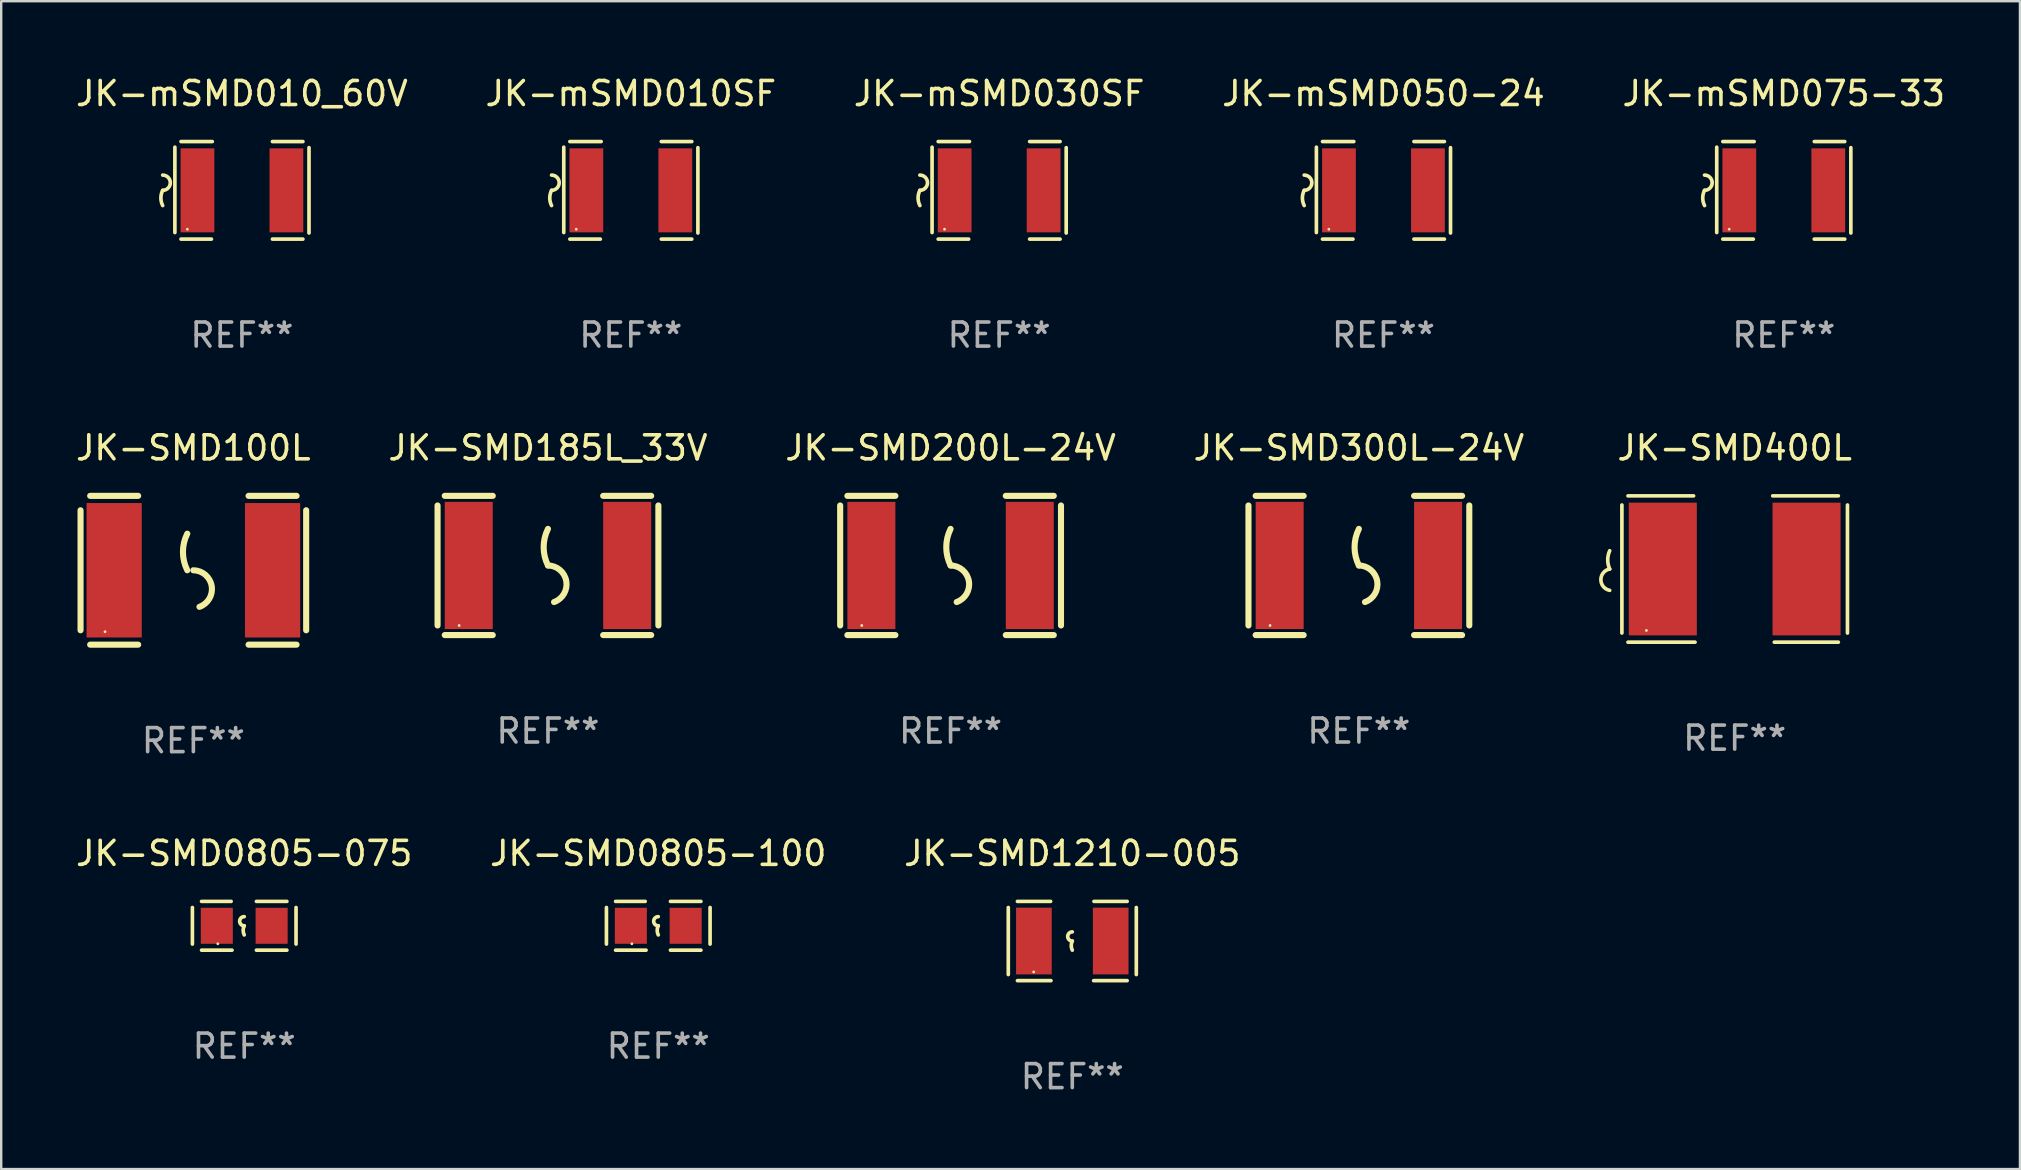
<source format=kicad_pcb>
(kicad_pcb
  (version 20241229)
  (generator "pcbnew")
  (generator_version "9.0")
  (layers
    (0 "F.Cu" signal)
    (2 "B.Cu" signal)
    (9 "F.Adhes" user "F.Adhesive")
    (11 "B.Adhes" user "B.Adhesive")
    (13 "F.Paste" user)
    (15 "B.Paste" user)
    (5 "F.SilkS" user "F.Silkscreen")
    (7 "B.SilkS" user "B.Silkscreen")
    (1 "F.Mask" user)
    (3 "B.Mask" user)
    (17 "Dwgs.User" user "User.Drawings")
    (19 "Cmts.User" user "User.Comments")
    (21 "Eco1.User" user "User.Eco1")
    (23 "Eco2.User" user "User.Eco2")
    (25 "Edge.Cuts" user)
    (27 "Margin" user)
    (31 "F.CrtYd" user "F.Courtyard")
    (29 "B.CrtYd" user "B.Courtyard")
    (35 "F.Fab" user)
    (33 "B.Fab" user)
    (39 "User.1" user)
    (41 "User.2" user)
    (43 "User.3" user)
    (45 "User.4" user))
  (footprint "JK-SMD0805-075"
    (layer "F.Cu")
    (at 7.125 35.521)
    (property "Reference" "JK-SMD0805-075" (at 0 -3.016 0) (layer "F.SilkS") (effects (font (size 1 1) (thickness 0.15))))
    (attr through_hole)
    (fp_line (start -2.159 -0.762) (end -2.159 0.762) (stroke (width 0.152) (type solid)) (layer "F.SilkS"))
    (fp_line (start -1.778 -1.016) (end -0.545 -1.016) (stroke (width 0.152) (type solid)) (layer "F.SilkS"))
    (fp_line (start -0.508 1.016) (end -1.778 1.016) (stroke (width 0.152) (type solid)) (layer "F.SilkS"))
    (fp_line (start 0.508 1.016) (end 1.778 1.016) (stroke (width 0.152) (type solid)) (layer "F.SilkS"))
    (fp_line (start 1.778 -1.016) (end 0.508 -1.016) (stroke (width 0.152) (type solid)) (layer "F.SilkS"))
    (fp_line (start 2.159 -0.762) (end 2.159 0.762) (stroke (width 0.152) (type solid)) (layer "F.SilkS"))
    (fp_arc (start 0 0) (mid -0.1905 -0.1905) (end 0 -0.381) (stroke (width 0.151994) (type solid)) (layer "F.SilkS"))
    (fp_arc (start 0 0.381001) (mid -0.044971 0.1905) (end 0 0) (stroke (width 0.151994) (type solid)) (layer "F.SilkS"))
    (fp_circle (center -1.1 0.75) (end -1.07 0.75) (stroke (width 0.06) (type solid)) (fill no) (layer "F.SilkS"))
    (fp_text user "REF**" (at 0 5.016 0) (layer "F.Fab") (effects (font (size 1 1) (thickness 0.15))))
    (pad "1" smd rect (at -1.142 0) (size 1.335 1.5) (layers "F.Cu" "F.Mask" "F.Paste"))
    (pad "2" smd rect (at 1.142 0) (size 1.335 1.5) (layers "F.Cu" "F.Mask" "F.Paste")))
  (footprint "JK-SMD200L-24V"
    (layer "F.Cu")
    (at 36.554 20.509)
    (property "Reference" "JK-SMD200L-24V" (at 0 -4.9 0) (layer "F.SilkS") (effects (font (size 1 1) (thickness 0.15))))
    (attr through_hole)
    (fp_line (start -4.6 -2.5) (end -4.6 2.5) (stroke (width 0.254) (type solid)) (layer "F.SilkS"))
    (fp_line (start -4.3 -2.9) (end -2.3 -2.9) (stroke (width 0.254) (type solid)) (layer "F.SilkS"))
    (fp_line (start -4.3 2.9) (end -2.3 2.9) (stroke (width 0.254) (type solid)) (layer "F.SilkS"))
    (fp_line (start 2.3 -2.9) (end 4.3 -2.9) (stroke (width 0.254) (type solid)) (layer "F.SilkS"))
    (fp_line (start 2.3 2.9) (end 4.3 2.9) (stroke (width 0.254) (type solid)) (layer "F.SilkS"))
    (fp_line (start 4.6 -2.5) (end 4.6 2.5) (stroke (width 0.254) (type solid)) (layer "F.SilkS"))
    (fp_arc (start 0 0) (mid -0.179884 -0.762002) (end 0 -1.524003) (stroke (width 0.254001) (type solid)) (layer "F.SilkS"))
    (fp_arc (start 0 0) (mid 0.763086 0.655987) (end 0.254001 1.524003) (stroke (width 0.254001) (type solid)) (layer "F.SilkS"))
    (fp_circle (center -3.7 2.5) (end -3.67 2.5) (stroke (width 0.06) (type solid)) (fill no) (layer "F.SilkS"))
    (fp_text user "REF**" (at 0 6.9 0) (layer "F.Fab") (effects (font (size 1 1) (thickness 0.15))))
    (pad "1" smd rect (at -3.3 0) (size 2 5.3) (layers "F.Cu" "F.Mask" "F.Paste"))
    (pad "2" smd rect (at 3.3 0) (size 2 5.3) (layers "F.Cu" "F.Mask" "F.Paste")))
  (footprint "JK-SMD100L"
    (layer "F.Cu")
    (at 5.006 20.709)
    (property "Reference" "JK-SMD100L" (at 0 -5.1 0) (layer "F.SilkS") (effects (font (size 1 1) (thickness 0.15))))
    (attr through_hole)
    (fp_line (start -4.7 -2.5) (end -4.7 2.5) (stroke (width 0.254) (type solid)) (layer "F.SilkS"))
    (fp_line (start -4.3 -3.1) (end -2.3 -3.1) (stroke (width 0.254) (type solid)) (layer "F.SilkS"))
    (fp_line (start -4.3 3.1) (end -2.3 3.1) (stroke (width 0.254) (type solid)) (layer "F.SilkS"))
    (fp_line (start 2.3 -3.1) (end 4.3 -3.1) (stroke (width 0.254) (type solid)) (layer "F.SilkS"))
    (fp_line (start 2.3 3.1) (end 4.3 3.1) (stroke (width 0.254) (type solid)) (layer "F.SilkS"))
    (fp_line (start 4.7 -2.5) (end 4.7 2.5) (stroke (width 0.254) (type solid)) (layer "F.SilkS"))
    (fp_arc (start -0.254 0.000001) (mid -0.433885 -0.762001) (end -0.254001 -1.524003) (stroke (width 0.254001) (type solid)) (layer "F.SilkS"))
    (fp_arc (start 0 0) (mid 0.763086 0.655987) (end 0.254001 1.524003) (stroke (width 0.254001) (type solid)) (layer "F.SilkS"))
    (fp_circle (center -3.68 2.56) (end -3.65 2.56) (stroke (width 0.06) (type solid)) (fill no) (layer "F.SilkS"))
    (fp_text user "REF**" (at 0 7.1 0) (layer "F.Fab") (effects (font (size 1 1) (thickness 0.15))))
    (pad "1" smd rect (at -3.3 0) (size 2.3 5.6) (layers "F.Cu" "F.Mask" "F.Paste"))
    (pad "2" smd rect (at 3.3 0) (size 2.3 5.6) (layers "F.Cu" "F.Mask" "F.Paste")))
  (footprint "JK-mSMD050-24"
    (layer "F.Cu")
    (at 54.589 4.88)
    (property "Reference" "JK-mSMD050-24" (at 0 -4.032 0) (layer "F.SilkS") (effects (font (size 1 1) (thickness 0.15))))
    (attr through_hole)
    (fp_line (start -2.794 -1.798) (end -2.794 1.758) (stroke (width 0.152) (type solid)) (layer "F.SilkS"))
    (fp_line (start -2.54 -2.032) (end -1.235 -2.032) (stroke (width 0.152) (type solid)) (layer "F.SilkS"))
    (fp_line (start -1.27 2.032) (end -2.54 2.032) (stroke (width 0.152) (type solid)) (layer "F.SilkS"))
    (fp_line (start 1.27 2.032) (end 2.54 2.032) (stroke (width 0.152) (type solid)) (layer "F.SilkS"))
    (fp_line (start 2.54 -2.032) (end 1.27 -2.032) (stroke (width 0.152) (type solid)) (layer "F.SilkS"))
    (fp_line (start 2.794 -1.778) (end 2.794 1.778) (stroke (width 0.152) (type solid)) (layer "F.SilkS"))
    (fp_arc (start -3.302007 -0.635002) (mid -2.984506 -0.317501) (end -3.302007 0) (stroke (width 0.151994) (type solid)) (layer "F.SilkS"))
    (fp_arc (start -3.302007 0.635002) (mid -3.376959 0.317501) (end -3.302007 0) (stroke (width 0.151994) (type solid)) (layer "F.SilkS"))
    (fp_circle (center -2.275 1.62) (end -2.245 1.62) (stroke (width 0.06) (type solid)) (fill no) (layer "F.SilkS"))
    (fp_text user "REF**" (at 0 6.032 0) (layer "F.Fab") (effects (font (size 1 1) (thickness 0.15))))
    (pad "1" smd rect (at -1.853 0) (size 1.407 3.499) (layers "F.Cu" "F.Mask" "F.Paste"))
    (pad "2" smd rect (at 1.853 0) (size 1.407 3.499) (layers "F.Cu" "F.Mask" "F.Paste")))
  (footprint "JK-mSMD075-33"
    (layer "F.Cu")
    (at 71.268 4.88)
    (property "Reference" "JK-mSMD075-33" (at 0 -4.032 0) (layer "F.SilkS") (effects (font (size 1 1) (thickness 0.15))))
    (attr through_hole)
    (fp_line (start -2.794 -1.798) (end -2.794 1.758) (stroke (width 0.152) (type solid)) (layer "F.SilkS"))
    (fp_line (start -2.54 -2.032) (end -1.235 -2.032) (stroke (width 0.152) (type solid)) (layer "F.SilkS"))
    (fp_line (start -1.27 2.032) (end -2.54 2.032) (stroke (width 0.152) (type solid)) (layer "F.SilkS"))
    (fp_line (start 1.27 2.032) (end 2.54 2.032) (stroke (width 0.152) (type solid)) (layer "F.SilkS"))
    (fp_line (start 2.54 -2.032) (end 1.27 -2.032) (stroke (width 0.152) (type solid)) (layer "F.SilkS"))
    (fp_line (start 2.794 -1.778) (end 2.794 1.778) (stroke (width 0.152) (type solid)) (layer "F.SilkS"))
    (fp_arc (start -3.302007 -0.635002) (mid -2.984506 -0.317501) (end -3.302007 0) (stroke (width 0.151994) (type solid)) (layer "F.SilkS"))
    (fp_arc (start -3.302007 0.635002) (mid -3.376959 0.317501) (end -3.302007 0) (stroke (width 0.151994) (type solid)) (layer "F.SilkS"))
    (fp_circle (center -2.275 1.62) (end -2.245 1.62) (stroke (width 0.06) (type solid)) (fill no) (layer "F.SilkS"))
    (fp_text user "REF**" (at 0 6.032 0) (layer "F.Fab") (effects (font (size 1 1) (thickness 0.15))))
    (pad "1" smd rect (at -1.853 0) (size 1.407 3.499) (layers "F.Cu" "F.Mask" "F.Paste"))
    (pad "2" smd rect (at 1.853 0) (size 1.407 3.499) (layers "F.Cu" "F.Mask" "F.Paste")))
  (footprint "JK-SMD1210-005"
    (layer "F.Cu")
    (at 41.625 36.156)
    (property "Reference" "JK-SMD1210-005" (at 0 -3.651 0) (layer "F.SilkS") (effects (font (size 1 1) (thickness 0.15))))
    (attr through_hole)
    (fp_line (start -2.667 -1.397) (end -2.667 1.397) (stroke (width 0.152) (type solid)) (layer "F.SilkS"))
    (fp_line (start -2.286 -1.651) (end -0.903 -1.651) (stroke (width 0.152) (type solid)) (layer "F.SilkS"))
    (fp_line (start -0.889 1.651) (end -2.286 1.651) (stroke (width 0.152) (type solid)) (layer "F.SilkS"))
    (fp_line (start 0.889 1.651) (end 2.286 1.651) (stroke (width 0.152) (type solid)) (layer "F.SilkS"))
    (fp_line (start 2.286 -1.651) (end 0.903 -1.651) (stroke (width 0.152) (type solid)) (layer "F.SilkS"))
    (fp_line (start 2.667 -1.397) (end 2.667 1.397) (stroke (width 0.152) (type solid)) (layer "F.SilkS"))
    (fp_arc (start 0 0) (mid -0.1905 -0.1905) (end 0 -0.381) (stroke (width 0.151994) (type solid)) (layer "F.SilkS"))
    (fp_arc (start 0 0.381001) (mid -0.044971 0.1905) (end 0 0) (stroke (width 0.151994) (type solid)) (layer "F.SilkS"))
    (fp_circle (center -1.608 1.288) (end -1.578 1.288) (stroke (width 0.06) (type solid)) (fill no) (layer "F.SilkS"))
    (fp_text user "REF**" (at 0 5.651 0) (layer "F.Fab") (effects (font (size 1 1) (thickness 0.15))))
    (pad "1" smd rect (at -1.6 0) (size 1.485 2.781) (layers "F.Cu" "F.Mask" "F.Paste"))
    (pad "2" smd rect (at 1.6 0) (size 1.485 2.781) (layers "F.Cu" "F.Mask" "F.Paste")))
  (footprint "JK-SMD0805-100"
    (layer "F.Cu")
    (at 24.375 35.521)
    (property "Reference" "JK-SMD0805-100" (at 0 -3.016 0) (layer "F.SilkS") (effects (font (size 1 1) (thickness 0.15))))
    (attr through_hole)
    (fp_line (start -2.159 -0.762) (end -2.159 0.762) (stroke (width 0.152) (type solid)) (layer "F.SilkS"))
    (fp_line (start -1.778 -1.016) (end -0.545 -1.016) (stroke (width 0.152) (type solid)) (layer "F.SilkS"))
    (fp_line (start -0.508 1.016) (end -1.778 1.016) (stroke (width 0.152) (type solid)) (layer "F.SilkS"))
    (fp_line (start 0.508 1.016) (end 1.778 1.016) (stroke (width 0.152) (type solid)) (layer "F.SilkS"))
    (fp_line (start 1.778 -1.016) (end 0.508 -1.016) (stroke (width 0.152) (type solid)) (layer "F.SilkS"))
    (fp_line (start 2.159 -0.762) (end 2.159 0.762) (stroke (width 0.152) (type solid)) (layer "F.SilkS"))
    (fp_arc (start 0 0) (mid -0.1905 -0.1905) (end 0 -0.381) (stroke (width 0.151994) (type solid)) (layer "F.SilkS"))
    (fp_arc (start 0 0.381001) (mid -0.044971 0.1905) (end 0 0) (stroke (width 0.151994) (type solid)) (layer "F.SilkS"))
    (fp_circle (center -1.1 0.75) (end -1.07 0.75) (stroke (width 0.06) (type solid)) (fill no) (layer "F.SilkS"))
    (fp_text user "REF**" (at 0 5.016 0) (layer "F.Fab") (effects (font (size 1 1) (thickness 0.15))))
    (pad "1" smd rect (at -1.142 0) (size 1.335 1.5) (layers "F.Cu" "F.Mask" "F.Paste"))
    (pad "2" smd rect (at 1.142 0) (size 1.335 1.5) (layers "F.Cu" "F.Mask" "F.Paste")))
  (footprint "JK-mSMD030SF"
    (layer "F.Cu")
    (at 38.577 4.88)
    (property "Reference" "JK-mSMD030SF" (at 0 -4.032 0) (layer "F.SilkS") (effects (font (size 1 1) (thickness 0.15))))
    (attr through_hole)
    (fp_line (start -2.794 -1.798) (end -2.794 1.758) (stroke (width 0.152) (type solid)) (layer "F.SilkS"))
    (fp_line (start -2.54 -2.032) (end -1.235 -2.032) (stroke (width 0.152) (type solid)) (layer "F.SilkS"))
    (fp_line (start -1.27 2.032) (end -2.54 2.032) (stroke (width 0.152) (type solid)) (layer "F.SilkS"))
    (fp_line (start 1.27 2.032) (end 2.54 2.032) (stroke (width 0.152) (type solid)) (layer "F.SilkS"))
    (fp_line (start 2.54 -2.032) (end 1.27 -2.032) (stroke (width 0.152) (type solid)) (layer "F.SilkS"))
    (fp_line (start 2.794 -1.778) (end 2.794 1.778) (stroke (width 0.152) (type solid)) (layer "F.SilkS"))
    (fp_arc (start -3.302007 -0.635002) (mid -2.984506 -0.317501) (end -3.302007 0) (stroke (width 0.151994) (type solid)) (layer "F.SilkS"))
    (fp_arc (start -3.302007 0.635002) (mid -3.376959 0.317501) (end -3.302007 0) (stroke (width 0.151994) (type solid)) (layer "F.SilkS"))
    (fp_circle (center -2.275 1.62) (end -2.245 1.62) (stroke (width 0.06) (type solid)) (fill no) (layer "F.SilkS"))
    (fp_text user "REF**" (at 0 6.032 0) (layer "F.Fab") (effects (font (size 1 1) (thickness 0.15))))
    (pad "1" smd rect (at -1.853 0) (size 1.407 3.499) (layers "F.Cu" "F.Mask" "F.Paste"))
    (pad "2" smd rect (at 1.853 0) (size 1.407 3.499) (layers "F.Cu" "F.Mask" "F.Paste")))
  (footprint "JK-SMD185L_33V"
    (layer "F.Cu")
    (at 19.78 20.509)
    (property "Reference" "JK-SMD185L_33V" (at 0 -4.9 0) (layer "F.SilkS") (effects (font (size 1 1) (thickness 0.15))))
    (attr through_hole)
    (fp_line (start -4.6 -2.5) (end -4.6 2.5) (stroke (width 0.254) (type solid)) (layer "F.SilkS"))
    (fp_line (start -4.3 -2.9) (end -2.3 -2.9) (stroke (width 0.254) (type solid)) (layer "F.SilkS"))
    (fp_line (start -4.3 2.9) (end -2.3 2.9) (stroke (width 0.254) (type solid)) (layer "F.SilkS"))
    (fp_line (start 2.3 -2.9) (end 4.3 -2.9) (stroke (width 0.254) (type solid)) (layer "F.SilkS"))
    (fp_line (start 2.3 2.9) (end 4.3 2.9) (stroke (width 0.254) (type solid)) (layer "F.SilkS"))
    (fp_line (start 4.6 -2.5) (end 4.6 2.5) (stroke (width 0.254) (type solid)) (layer "F.SilkS"))
    (fp_arc (start 0 0) (mid -0.179884 -0.762002) (end 0 -1.524003) (stroke (width 0.254001) (type solid)) (layer "F.SilkS"))
    (fp_arc (start 0 0) (mid 0.763086 0.655987) (end 0.254001 1.524003) (stroke (width 0.254001) (type solid)) (layer "F.SilkS"))
    (fp_circle (center -3.7 2.5) (end -3.67 2.5) (stroke (width 0.06) (type solid)) (fill no) (layer "F.SilkS"))
    (fp_text user "REF**" (at 0 6.9 0) (layer "F.Fab") (effects (font (size 1 1) (thickness 0.15))))
    (pad "1" smd rect (at -3.3 0) (size 2 5.3) (layers "F.Cu" "F.Mask" "F.Paste"))
    (pad "2" smd rect (at 3.3 0) (size 2 5.3) (layers "F.Cu" "F.Mask" "F.Paste")))
  (footprint "JK-SMD400L"
    (layer "F.Cu")
    (at 69.222 20.657)
    (property "Reference" "JK-SMD400L" (at 0 -5.048 0) (layer "F.SilkS") (effects (font (size 1 1) (thickness 0.15))))
    (attr through_hole)
    (fp_line (start -4.699 -2.667) (end -4.699 2.667) (stroke (width 0.152) (type solid)) (layer "F.SilkS"))
    (fp_line (start -4.445 -3.048) (end -1.712 -3.048) (stroke (width 0.152) (type solid)) (layer "F.SilkS"))
    (fp_line (start -1.651 3.048) (end -4.445 3.048) (stroke (width 0.152) (type solid)) (layer "F.SilkS"))
    (fp_line (start 1.651 3.048) (end 4.318 3.048) (stroke (width 0.152) (type solid)) (layer "F.SilkS"))
    (fp_line (start 4.318 -3.048) (end 1.585 -3.048) (stroke (width 0.152) (type solid)) (layer "F.SilkS"))
    (fp_line (start 4.699 -2.667) (end 4.699 2.667) (stroke (width 0.152) (type solid)) (layer "F.SilkS"))
    (fp_arc (start -5.20701 0) (mid -5.288646 -0.381001) (end -5.20701 -0.762002) (stroke (width 0.151994) (type solid)) (layer "F.SilkS"))
    (fp_arc (start -5.20701 0.889002) (mid -5.574698 0.444501) (end -5.20701 0) (stroke (width 0.151994) (type solid)) (layer "F.SilkS"))
    (fp_circle (center -3.677 2.56) (end -3.647 2.56) (stroke (width 0.06) (type solid)) (fill no) (layer "F.SilkS"))
    (fp_text user "REF**" (at 0 7.048 0) (layer "F.Fab") (effects (font (size 1 1) (thickness 0.15))))
    (pad "1" smd rect (at -2.995 0) (size 2.835 5.53) (layers "F.Cu" "F.Mask" "F.Paste"))
    (pad "2" smd rect (at 2.995 0) (size 2.835 5.53) (layers "F.Cu" "F.Mask" "F.Paste")))
  (footprint "JK-mSMD010_60V"
    (layer "F.Cu")
    (at 7.03 4.88)
    (property "Reference" "JK-mSMD010_60V" (at 0 -4.032 0) (layer "F.SilkS") (effects (font (size 1 1) (thickness 0.15))))
    (attr through_hole)
    (fp_line (start -2.794 -1.798) (end -2.794 1.758) (stroke (width 0.152) (type solid)) (layer "F.SilkS"))
    (fp_line (start -2.54 -2.032) (end -1.235 -2.032) (stroke (width 0.152) (type solid)) (layer "F.SilkS"))
    (fp_line (start -1.27 2.032) (end -2.54 2.032) (stroke (width 0.152) (type solid)) (layer "F.SilkS"))
    (fp_line (start 1.27 2.032) (end 2.54 2.032) (stroke (width 0.152) (type solid)) (layer "F.SilkS"))
    (fp_line (start 2.54 -2.032) (end 1.27 -2.032) (stroke (width 0.152) (type solid)) (layer "F.SilkS"))
    (fp_line (start 2.794 -1.778) (end 2.794 1.778) (stroke (width 0.152) (type solid)) (layer "F.SilkS"))
    (fp_arc (start -3.302007 -0.635002) (mid -2.984506 -0.317501) (end -3.302007 0) (stroke (width 0.151994) (type solid)) (layer "F.SilkS"))
    (fp_arc (start -3.302007 0.635002) (mid -3.376959 0.317501) (end -3.302007 0) (stroke (width 0.151994) (type solid)) (layer "F.SilkS"))
    (fp_circle (center -2.275 1.62) (end -2.245 1.62) (stroke (width 0.06) (type solid)) (fill no) (layer "F.SilkS"))
    (fp_text user "REF**" (at 0 6.032 0) (layer "F.Fab") (effects (font (size 1 1) (thickness 0.15))))
    (pad "1" smd rect (at -1.853 0) (size 1.407 3.499) (layers "F.Cu" "F.Mask" "F.Paste"))
    (pad "2" smd rect (at 1.853 0) (size 1.407 3.499) (layers "F.Cu" "F.Mask" "F.Paste")))
  (footprint "JK-mSMD010SF"
    (layer "F.Cu")
    (at 23.232 4.88)
    (property "Reference" "JK-mSMD010SF" (at 0 -4.032 0) (layer "F.SilkS") (effects (font (size 1 1) (thickness 0.15))))
    (attr through_hole)
    (fp_line (start -2.794 -1.798) (end -2.794 1.758) (stroke (width 0.152) (type solid)) (layer "F.SilkS"))
    (fp_line (start -2.54 -2.032) (end -1.235 -2.032) (stroke (width 0.152) (type solid)) (layer "F.SilkS"))
    (fp_line (start -1.27 2.032) (end -2.54 2.032) (stroke (width 0.152) (type solid)) (layer "F.SilkS"))
    (fp_line (start 1.27 2.032) (end 2.54 2.032) (stroke (width 0.152) (type solid)) (layer "F.SilkS"))
    (fp_line (start 2.54 -2.032) (end 1.27 -2.032) (stroke (width 0.152) (type solid)) (layer "F.SilkS"))
    (fp_line (start 2.794 -1.778) (end 2.794 1.778) (stroke (width 0.152) (type solid)) (layer "F.SilkS"))
    (fp_arc (start -3.302007 -0.635002) (mid -2.984506 -0.317501) (end -3.302007 0) (stroke (width 0.151994) (type solid)) (layer "F.SilkS"))
    (fp_arc (start -3.302007 0.635002) (mid -3.376959 0.317501) (end -3.302007 0) (stroke (width 0.151994) (type solid)) (layer "F.SilkS"))
    (fp_circle (center -2.275 1.62) (end -2.245 1.62) (stroke (width 0.06) (type solid)) (fill no) (layer "F.SilkS"))
    (fp_text user "REF**" (at 0 6.032 0) (layer "F.Fab") (effects (font (size 1 1) (thickness 0.15))))
    (pad "1" smd rect (at -1.853 0) (size 1.407 3.499) (layers "F.Cu" "F.Mask" "F.Paste"))
    (pad "2" smd rect (at 1.853 0) (size 1.407 3.499) (layers "F.Cu" "F.Mask" "F.Paste")))
  (footprint "JK-SMD300L-24V"
    (layer "F.Cu")
    (at 53.565 20.509)
    (property "Reference" "JK-SMD300L-24V" (at 0 -4.9 0) (layer "F.SilkS") (effects (font (size 1 1) (thickness 0.15))))
    (attr through_hole)
    (fp_line (start -4.6 -2.5) (end -4.6 2.5) (stroke (width 0.254) (type solid)) (layer "F.SilkS"))
    (fp_line (start -4.3 -2.9) (end -2.3 -2.9) (stroke (width 0.254) (type solid)) (layer "F.SilkS"))
    (fp_line (start -4.3 2.9) (end -2.3 2.9) (stroke (width 0.254) (type solid)) (layer "F.SilkS"))
    (fp_line (start 2.3 -2.9) (end 4.3 -2.9) (stroke (width 0.254) (type solid)) (layer "F.SilkS"))
    (fp_line (start 2.3 2.9) (end 4.3 2.9) (stroke (width 0.254) (type solid)) (layer "F.SilkS"))
    (fp_line (start 4.6 -2.5) (end 4.6 2.5) (stroke (width 0.254) (type solid)) (layer "F.SilkS"))
    (fp_arc (start 0 0) (mid -0.179884 -0.762002) (end 0 -1.524003) (stroke (width 0.254001) (type solid)) (layer "F.SilkS"))
    (fp_arc (start 0 0) (mid 0.763086 0.655987) (end 0.254001 1.524003) (stroke (width 0.254001) (type solid)) (layer "F.SilkS"))
    (fp_circle (center -3.7 2.5) (end -3.67 2.5) (stroke (width 0.06) (type solid)) (fill no) (layer "F.SilkS"))
    (fp_text user "REF**" (at 0 6.9 0) (layer "F.Fab") (effects (font (size 1 1) (thickness 0.15))))
    (pad "1" smd rect (at -3.3 0) (size 2 5.3) (layers "F.Cu" "F.Mask" "F.Paste"))
    (pad "2" smd rect (at 3.3 0) (size 2 5.3) (layers "F.Cu" "F.Mask" "F.Paste")))
  (gr_rect
    (start -3 -3)
    (end 81.107 45.656)
    (stroke (width 0.1) (type default))
    (fill no)
    (layer "Edge.Cuts")))
</source>
